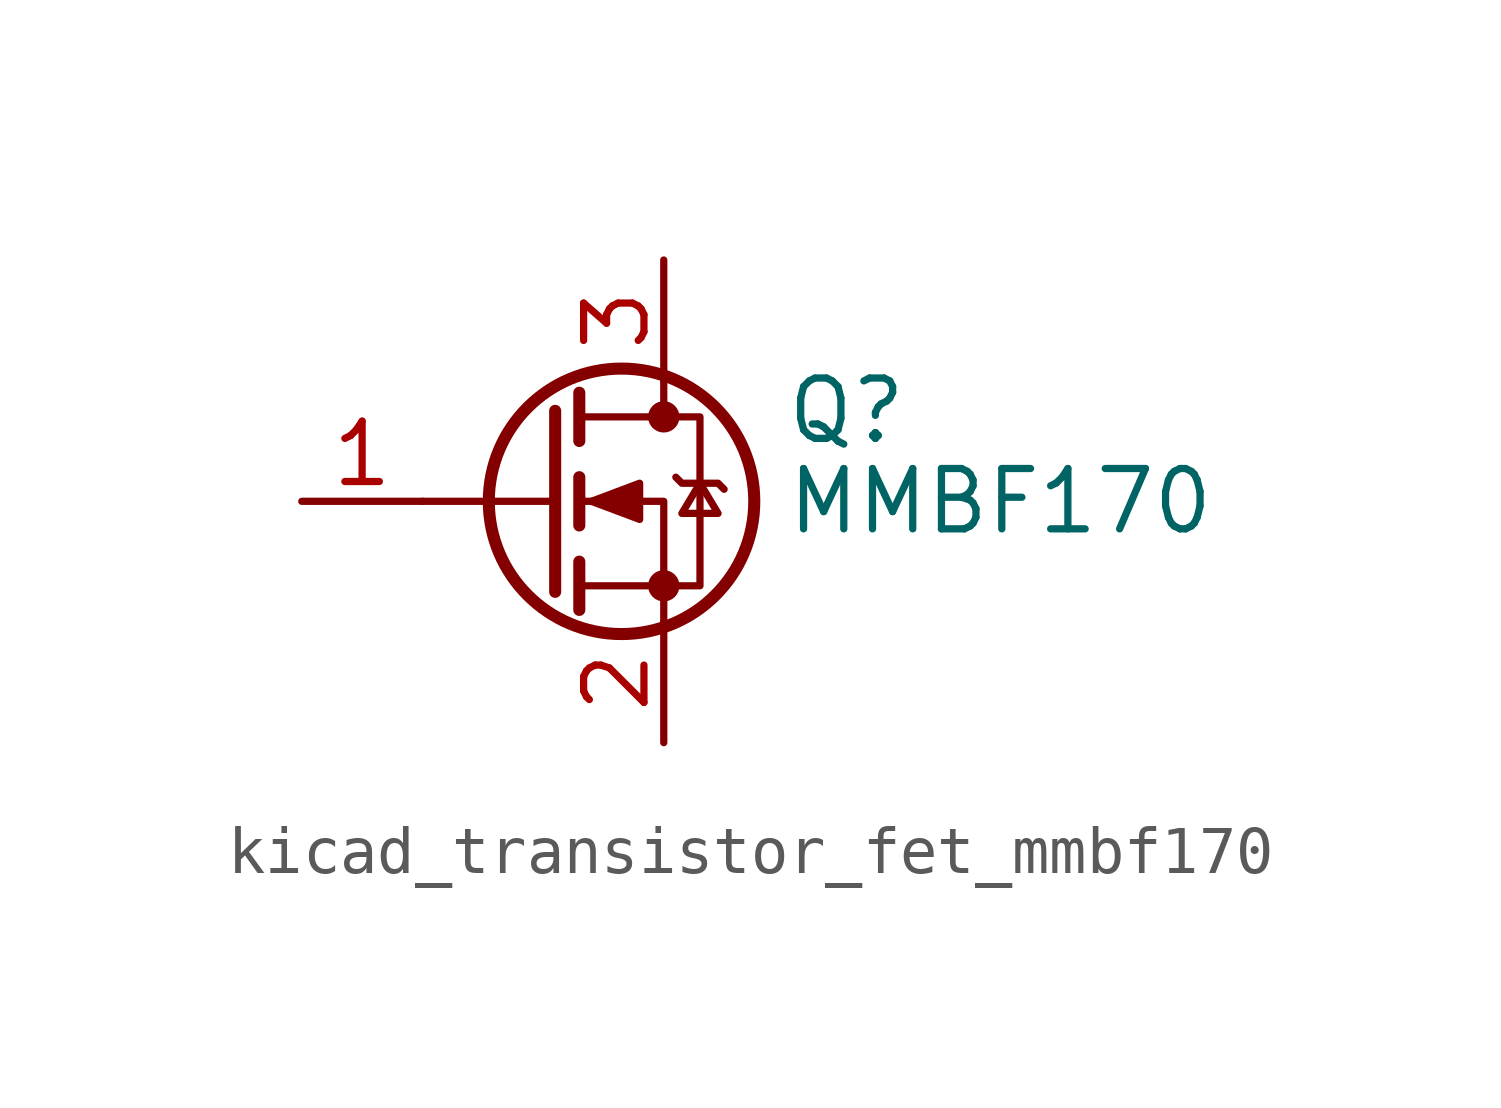
<source format=kicad_sym>
(kicad_symbol_lib
  (version 20220914)
  (generator kicad_symbol_editor)
  (symbol "kicad_transistor_fet_mmbf170"
    (pin_names hide)
    (property "Reference" "Q"
      (at 5.08 1.905 0)
      (effects (font (size 1.27 1.27)) (justify left)))
    (property "Value" "MMBF170"
      (at 5.08 0 0)
      (effects (font (size 1.27 1.27)) (justify left)))
    (symbol "kicad_transistor_fet_mmbf170_0_1"
      (polyline (pts (xy 0.254 0) (xy -2.54 0)) (stroke (width 0) (type default)) (fill (type none)))
      (polyline (pts (xy 0.254 1.905) (xy 0.254 -1.905)) (stroke (width 0.254) (type default)) (fill (type none)))
      (polyline (pts (xy 0.762 -1.27) (xy 0.762 -2.286)) (stroke (width 0.254) (type default)) (fill (type none)))
      (polyline (pts (xy 0.762 0.508) (xy 0.762 -0.508)) (stroke (width 0.254) (type default)) (fill (type none)))
      (polyline (pts (xy 0.762 2.286) (xy 0.762 1.27)) (stroke (width 0.254) (type default)) (fill (type none)))
      (polyline (pts (xy 2.54 2.54) (xy 2.54 1.778)) (stroke (width 0) (type default)) (fill (type none)))
      (polyline (pts (xy 2.54 -2.54) (xy 2.54 0) (xy 0.762 0)) (stroke (width 0) (type default)) (fill (type none)))
      (polyline (pts (xy 0.762 -1.778) (xy 3.302 -1.778) (xy 3.302 1.778) (xy 0.762 1.778)) (stroke (width 0) (type default)) (fill (type none)))
      (polyline (pts (xy 1.016 0) (xy 2.032 0.381) (xy 2.032 -0.381) (xy 1.016 0)) (stroke (width 0) (type default)) (fill (type outline)))
      (polyline (pts (xy 2.794 0.508) (xy 2.921 0.381) (xy 3.683 0.381) (xy 3.81 0.254)) (stroke (width 0) (type default)) (fill (type none)))
      (polyline (pts (xy 3.302 0.381) (xy 2.921 -0.254) (xy 3.683 -0.254) (xy 3.302 0.381)) (stroke (width 0) (type default)) (fill (type none)))
      (circle (center 1.651 0) (radius 2.794) (stroke (width 0.254) (type default)) (fill (type none)))
      (circle (center 2.54 -1.778) (radius 0.254) (stroke (width 0) (type default)) (fill (type outline)))
      (circle (center 2.54 1.778) (radius 0.254) (stroke (width 0) (type default)) (fill (type outline))))
    (symbol "kicad_transistor_fet_mmbf170_1_1"
      (pin input line (at -5.08 0 0) (length 2.54) (name "G" (effects (font (size 1.27 1.27)))) (number "1" (effects (font (size 1.27 1.27)))))
      (pin passive line (at 2.54 -5.08 90) (length 2.54) (name "S" (effects (font (size 1.27 1.27)))) (number "2" (effects (font (size 1.27 1.27)))))
      (pin passive line (at 2.54 5.08 270) (length 2.54) (name "D" (effects (font (size 1.27 1.27)))) (number "3" (effects (font (size 1.27 1.27))))))))
</source>
